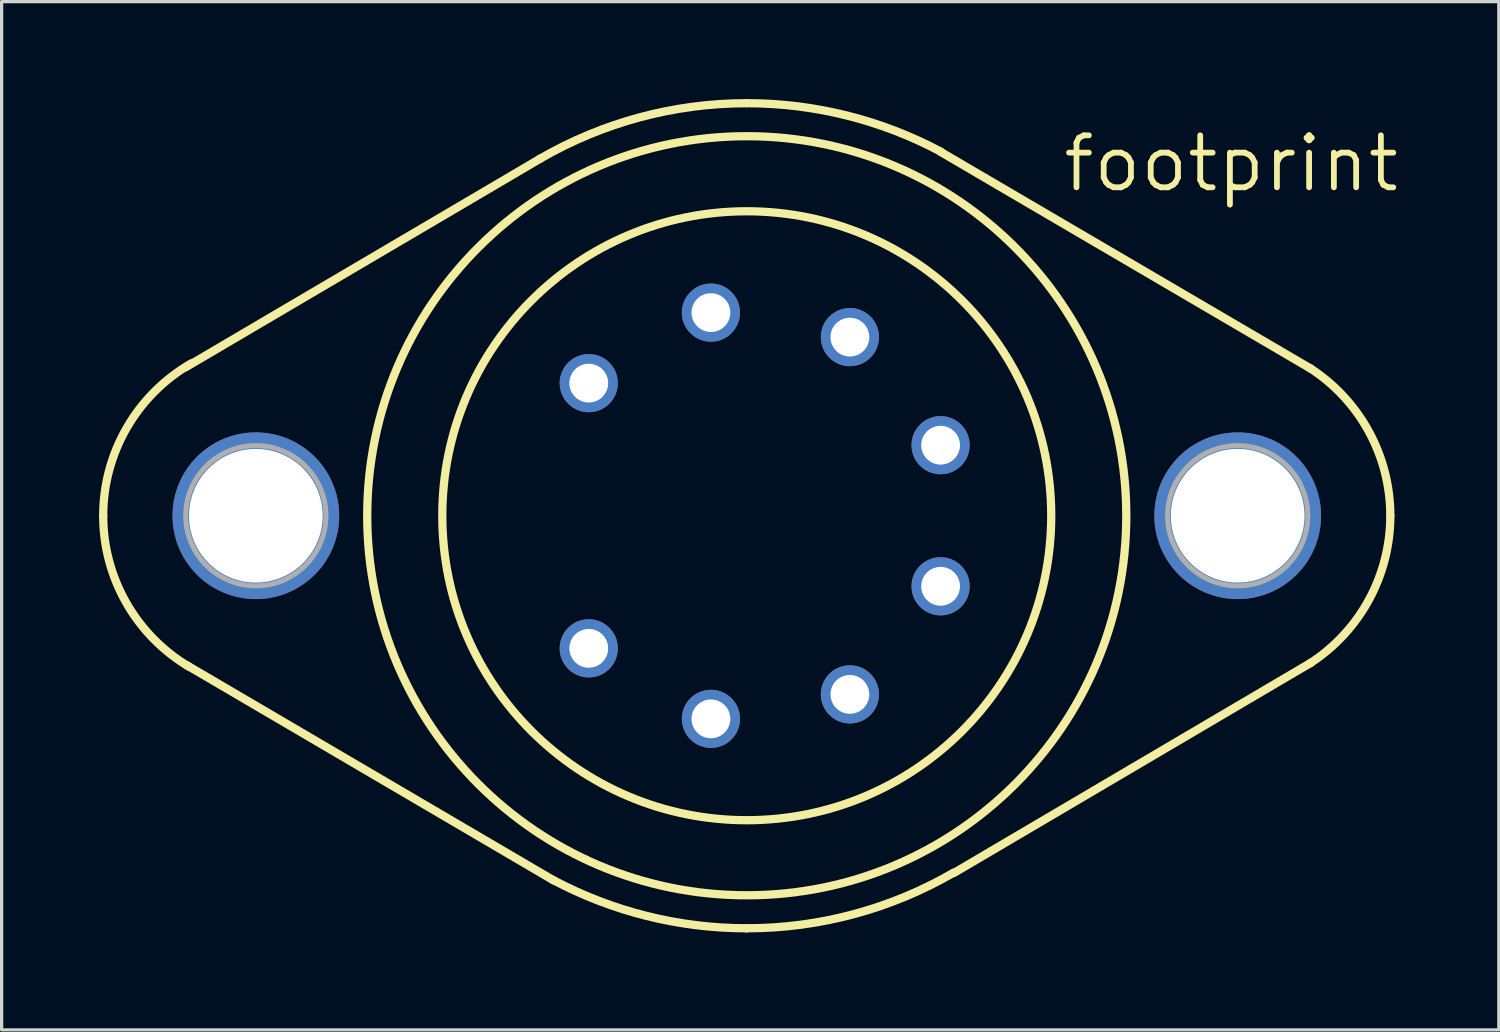
<source format=kicad_pcb>
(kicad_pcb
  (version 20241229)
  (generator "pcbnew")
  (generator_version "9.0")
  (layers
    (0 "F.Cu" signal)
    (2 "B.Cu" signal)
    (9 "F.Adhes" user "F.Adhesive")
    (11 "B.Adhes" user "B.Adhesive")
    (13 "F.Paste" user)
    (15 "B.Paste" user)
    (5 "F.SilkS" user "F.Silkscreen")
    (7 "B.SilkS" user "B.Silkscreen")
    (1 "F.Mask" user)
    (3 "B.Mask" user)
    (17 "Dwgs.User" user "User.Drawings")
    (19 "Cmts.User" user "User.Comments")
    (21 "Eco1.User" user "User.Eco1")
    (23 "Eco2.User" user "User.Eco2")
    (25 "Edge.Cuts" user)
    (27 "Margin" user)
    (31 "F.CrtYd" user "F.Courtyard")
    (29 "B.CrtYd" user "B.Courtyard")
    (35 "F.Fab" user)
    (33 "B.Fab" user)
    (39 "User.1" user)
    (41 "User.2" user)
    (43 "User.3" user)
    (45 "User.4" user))
  (footprint "footprint"
    (layer "F.Cu")
    (at 19.939 12.827)
    (property "Reference" "footprint" (at 9.652 -9.906 0) (layer "F.SilkS") (effects (font (size 1.6 1.6) (thickness 0.178)) (justify left bottom)))
    (fp_line (start -6.35 -10.998) (end -17.272 -4.572) (stroke (width 0.254) (type solid)) (layer "F.SilkS"))
    (fp_line (start -5.944 11.227) (end -17.247 4.597) (stroke (width 0.254) (type solid)) (layer "F.SilkS"))
    (fp_line (start 5.969 -11.201) (end 17.374 -4.521) (stroke (width 0.254) (type solid)) (layer "F.SilkS"))
    (fp_line (start 6.375 10.998) (end 17.374 4.521) (stroke (width 0.254) (type solid)) (layer "F.SilkS"))
    (fp_arc (start -19.812 0) (mid -19.08306 -2.712168) (end -17.0927 -4.6935) (stroke (width 0.254) (type solid)) (layer "F.SilkS"))
    (fp_arc (start -17.155499 4.657) (mid -19.101186 2.680705) (end -19.812 0) (stroke (width 0.254) (type solid)) (layer "F.SilkS"))
    (fp_arc (start -6.3718 -10.9859) (mid -3.299165 -12.263989) (end 0 -12.7) (stroke (width 0.254) (type solid)) (layer "F.SilkS"))
    (fp_arc (start 0 -12.7) (mid 3.080216 -12.320822) (end 5.9765 -11.2059) (stroke (width 0.254) (type solid)) (layer "F.SilkS"))
    (fp_arc (start 0 12.7) (mid -3.080216 12.320822) (end -5.9765 11.2059) (stroke (width 0.254) (type solid)) (layer "F.SilkS"))
    (fp_arc (start 6.3718 10.9859) (mid 3.299165 12.263989) (end 0 12.7) (stroke (width 0.254) (type solid)) (layer "F.SilkS"))
    (fp_arc (start 17.3366 -4.545) (mid 19.153011 -2.58769) (end 19.811999 0.000001) (stroke (width 0.254) (type solid)) (layer "F.SilkS"))
    (fp_arc (start 19.811999 -0.000001) (mid 19.153011 2.58769) (end 17.3366 4.545) (stroke (width 0.254) (type solid)) (layer "F.SilkS"))
    (fp_circle (center 0 0) (end 9.373 0) (stroke (width 0.254) (type solid)) (fill no) (layer "F.SilkS"))
    (fp_circle (center 0 0) (end 11.684 0) (stroke (width 0.254) (type solid)) (fill no) (layer "F.SilkS"))
    (fp_circle (center -15.113 0) (end -12.954 0) (stroke (width 0.152) (type solid)) (fill no) (layer "F.Fab"))
    (fp_circle (center 15.113 0) (end 17.272 0) (stroke (width 0.152) (type solid)) (fill no) (layer "F.Fab"))
    (pad "1" thru_hole circle (at -4.864 4.082) (size 1.791 1.791) (drill 1.194) (layers "*.Cu" "*.Mask"))
    (pad "2" thru_hole circle (at -1.103 6.253) (size 1.791 1.791) (drill 1.194) (layers "*.Cu" "*.Mask"))
    (pad "3" thru_hole circle (at 3.175 5.499) (size 1.791 1.791) (drill 1.194) (layers "*.Cu" "*.Mask"))
    (pad "4" thru_hole circle (at 5.967 2.172) (size 1.791 1.791) (drill 1.194) (layers "*.Cu" "*.Mask"))
    (pad "5" thru_hole circle (at 5.967 -2.172) (size 1.791 1.791) (drill 1.194) (layers "*.Cu" "*.Mask"))
    (pad "6" thru_hole circle (at 3.175 -5.499) (size 1.791 1.791) (drill 1.194) (layers "*.Cu" "*.Mask"))
    (pad "7" thru_hole circle (at -1.103 -6.253) (size 1.791 1.791) (drill 1.194) (layers "*.Cu" "*.Mask"))
    (pad "8" thru_hole circle (at -4.864 -4.082) (size 1.791 1.791) (drill 1.194) (layers "*.Cu" "*.Mask"))
    (pad "C" thru_hole circle (at 15.113 0) (size 5.131 5.131) (drill 4.115) (layers "*.Cu" "*.Mask"))
    (pad "C/" thru_hole circle (at -15.113 0) (size 5.131 5.131) (drill 4.115) (layers "*.Cu" "*.Mask")))
  (gr_rect
    (start -3 -3)
    (end 43.091 28.654)
    (stroke (width 0.1) (type default))
    (fill no)
    (layer "Edge.Cuts")))
</source>
